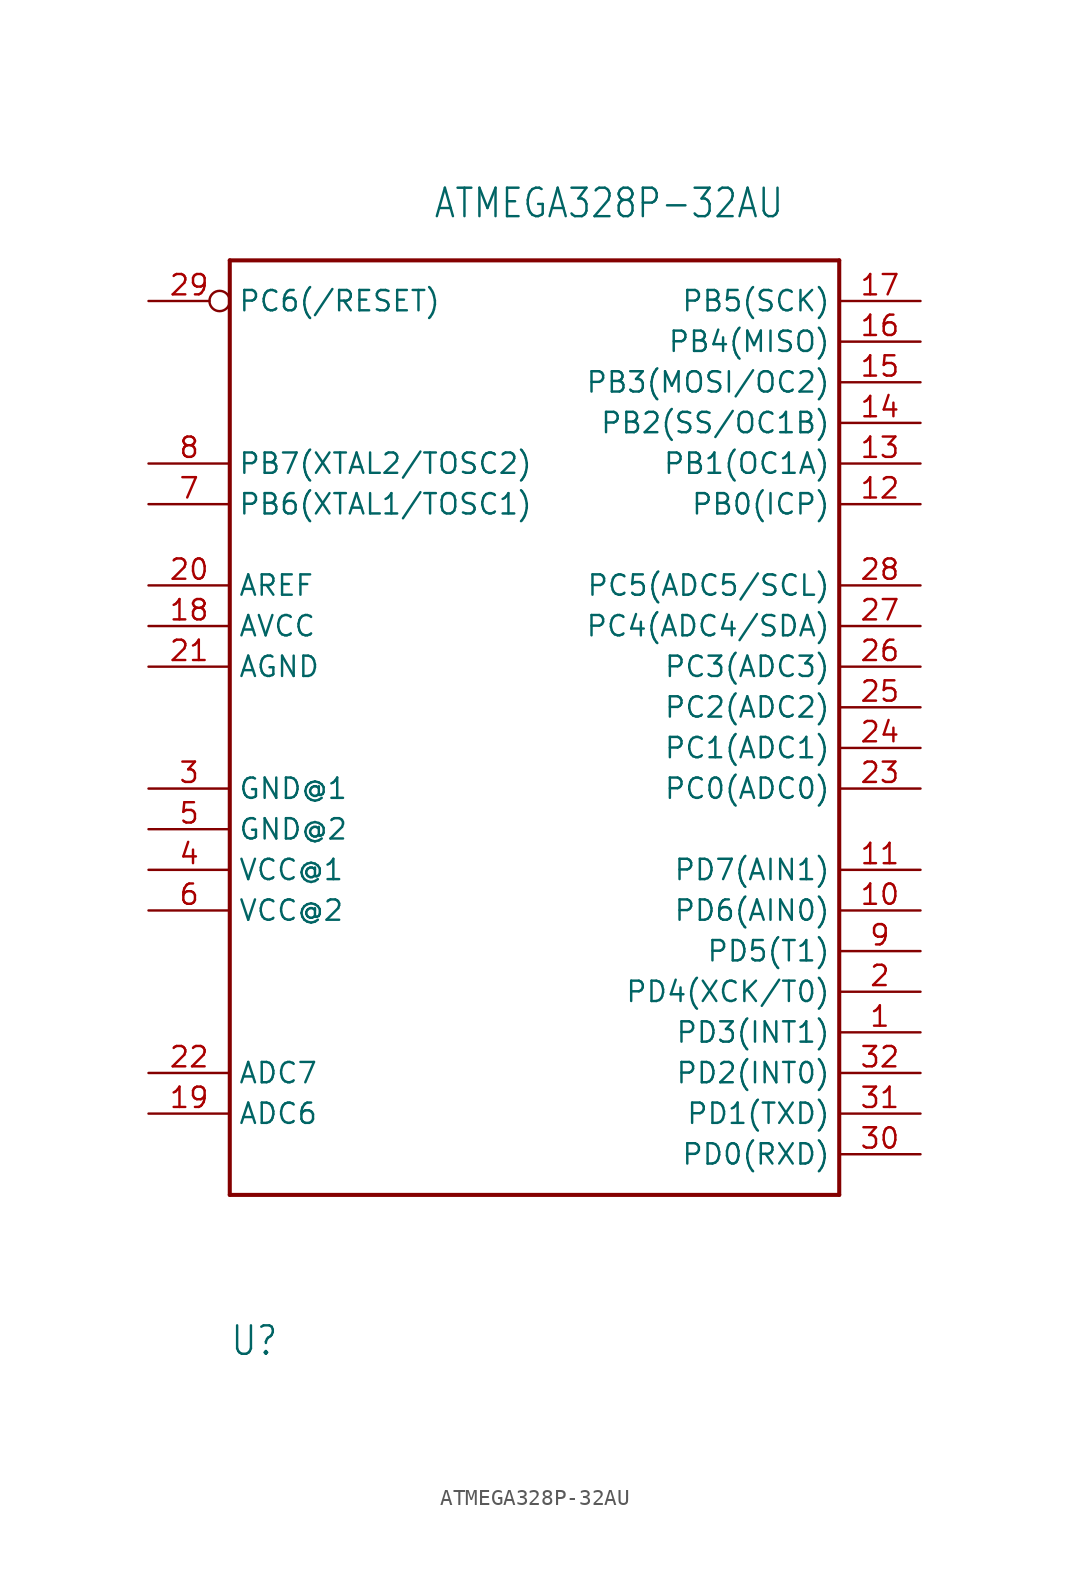
<source format=kicad_sym>
(kicad_symbol_lib
  (version 20211014)
  (generator kicad_symbol_editor)
  (symbol "ATMEGA328P-32AU"
    (property "Reference" "U"
      (at -17.78 -40.64 0)
      (effects (font (size 1.778 1.511)) (justify left bottom)))
    (property "Value" "ATMEGA328P-32AU"
      (at -5.08 30.48 0)
      (effects (font (size 1.778 1.511)) (justify left bottom)))
    (property "ki_locked" ""
      (at 0 0 0)
      (effects (font (size 1.27 1.27))))
    (symbol "ATMEGA328P-32AU_1_0"
      (polyline (pts (xy -17.78 -30.48) (xy -17.78 27.94)) (stroke (width 0.254) (type default) (color 0 0 0 0)) (fill (type none)))
      (polyline (pts (xy -17.78 27.94) (xy 20.32 27.94)) (stroke (width 0.254) (type default) (color 0 0 0 0)) (fill (type none)))
      (polyline (pts (xy 20.32 -30.48) (xy -17.78 -30.48)) (stroke (width 0.254) (type default) (color 0 0 0 0)) (fill (type none)))
      (polyline (pts (xy 20.32 27.94) (xy 20.32 -30.48)) (stroke (width 0.254) (type default) (color 0 0 0 0)) (fill (type none)))
      (pin bidirectional line (at 25.4 -20.32 180) (length 5.08) (name "PD3(INT1)" (effects (font (size 1.27 1.27)))) (number "1" (effects (font (size 1.27 1.27)))))
      (pin bidirectional line (at 25.4 -12.7 180) (length 5.08) (name "PD6(AIN0)" (effects (font (size 1.27 1.27)))) (number "10" (effects (font (size 1.27 1.27)))))
      (pin bidirectional line (at 25.4 -10.16 180) (length 5.08) (name "PD7(AIN1)" (effects (font (size 1.27 1.27)))) (number "11" (effects (font (size 1.27 1.27)))))
      (pin bidirectional line (at 25.4 12.7 180) (length 5.08) (name "PB0(ICP)" (effects (font (size 1.27 1.27)))) (number "12" (effects (font (size 1.27 1.27)))))
      (pin bidirectional line (at 25.4 15.24 180) (length 5.08) (name "PB1(OC1A)" (effects (font (size 1.27 1.27)))) (number "13" (effects (font (size 1.27 1.27)))))
      (pin bidirectional line (at 25.4 17.78 180) (length 5.08) (name "PB2(SS/OC1B)" (effects (font (size 1.27 1.27)))) (number "14" (effects (font (size 1.27 1.27)))))
      (pin bidirectional line (at 25.4 20.32 180) (length 5.08) (name "PB3(MOSI/OC2)" (effects (font (size 1.27 1.27)))) (number "15" (effects (font (size 1.27 1.27)))))
      (pin bidirectional line (at 25.4 22.86 180) (length 5.08) (name "PB4(MISO)" (effects (font (size 1.27 1.27)))) (number "16" (effects (font (size 1.27 1.27)))))
      (pin bidirectional line (at 25.4 25.4 180) (length 5.08) (name "PB5(SCK)" (effects (font (size 1.27 1.27)))) (number "17" (effects (font (size 1.27 1.27)))))
      (pin bidirectional line (at -22.86 5.08 0) (length 5.08) (name "AVCC" (effects (font (size 1.27 1.27)))) (number "18" (effects (font (size 1.27 1.27)))))
      (pin bidirectional line (at -22.86 -25.4 0) (length 5.08) (name "ADC6" (effects (font (size 1.27 1.27)))) (number "19" (effects (font (size 1.27 1.27)))))
      (pin bidirectional line (at 25.4 -17.78 180) (length 5.08) (name "PD4(XCK/T0)" (effects (font (size 1.27 1.27)))) (number "2" (effects (font (size 1.27 1.27)))))
      (pin bidirectional line (at -22.86 7.62 0) (length 5.08) (name "AREF" (effects (font (size 1.27 1.27)))) (number "20" (effects (font (size 1.27 1.27)))))
      (pin bidirectional line (at -22.86 2.54 0) (length 5.08) (name "AGND" (effects (font (size 1.27 1.27)))) (number "21" (effects (font (size 1.27 1.27)))))
      (pin bidirectional line (at -22.86 -22.86 0) (length 5.08) (name "ADC7" (effects (font (size 1.27 1.27)))) (number "22" (effects (font (size 1.27 1.27)))))
      (pin bidirectional line (at 25.4 -5.08 180) (length 5.08) (name "PC0(ADC0)" (effects (font (size 1.27 1.27)))) (number "23" (effects (font (size 1.27 1.27)))))
      (pin bidirectional line (at 25.4 -2.54 180) (length 5.08) (name "PC1(ADC1)" (effects (font (size 1.27 1.27)))) (number "24" (effects (font (size 1.27 1.27)))))
      (pin bidirectional line (at 25.4 0 180) (length 5.08) (name "PC2(ADC2)" (effects (font (size 1.27 1.27)))) (number "25" (effects (font (size 1.27 1.27)))))
      (pin bidirectional line (at 25.4 2.54 180) (length 5.08) (name "PC3(ADC3)" (effects (font (size 1.27 1.27)))) (number "26" (effects (font (size 1.27 1.27)))))
      (pin bidirectional line (at 25.4 5.08 180) (length 5.08) (name "PC4(ADC4/SDA)" (effects (font (size 1.27 1.27)))) (number "27" (effects (font (size 1.27 1.27)))))
      (pin bidirectional line (at 25.4 7.62 180) (length 5.08) (name "PC5(ADC5/SCL)" (effects (font (size 1.27 1.27)))) (number "28" (effects (font (size 1.27 1.27)))))
      (pin bidirectional inverted (at -22.86 25.4 0) (length 5.08) (name "PC6(/RESET)" (effects (font (size 1.27 1.27)))) (number "29" (effects (font (size 1.27 1.27)))))
      (pin bidirectional line (at -22.86 -5.08 0) (length 5.08) (name "GND@1" (effects (font (size 1.27 1.27)))) (number "3" (effects (font (size 1.27 1.27)))))
      (pin bidirectional line (at 25.4 -27.94 180) (length 5.08) (name "PD0(RXD)" (effects (font (size 1.27 1.27)))) (number "30" (effects (font (size 1.27 1.27)))))
      (pin bidirectional line (at 25.4 -25.4 180) (length 5.08) (name "PD1(TXD)" (effects (font (size 1.27 1.27)))) (number "31" (effects (font (size 1.27 1.27)))))
      (pin bidirectional line (at 25.4 -22.86 180) (length 5.08) (name "PD2(INT0)" (effects (font (size 1.27 1.27)))) (number "32" (effects (font (size 1.27 1.27)))))
      (pin bidirectional line (at -22.86 -10.16 0) (length 5.08) (name "VCC@1" (effects (font (size 1.27 1.27)))) (number "4" (effects (font (size 1.27 1.27)))))
      (pin bidirectional line (at -22.86 -7.62 0) (length 5.08) (name "GND@2" (effects (font (size 1.27 1.27)))) (number "5" (effects (font (size 1.27 1.27)))))
      (pin bidirectional line (at -22.86 -12.7 0) (length 5.08) (name "VCC@2" (effects (font (size 1.27 1.27)))) (number "6" (effects (font (size 1.27 1.27)))))
      (pin bidirectional line (at -22.86 12.7 0) (length 5.08) (name "PB6(XTAL1/TOSC1)" (effects (font (size 1.27 1.27)))) (number "7" (effects (font (size 1.27 1.27)))))
      (pin bidirectional line (at -22.86 15.24 0) (length 5.08) (name "PB7(XTAL2/TOSC2)" (effects (font (size 1.27 1.27)))) (number "8" (effects (font (size 1.27 1.27)))))
      (pin bidirectional line (at 25.4 -15.24 180) (length 5.08) (name "PD5(T1)" (effects (font (size 1.27 1.27)))) (number "9" (effects (font (size 1.27 1.27))))))))
</source>
